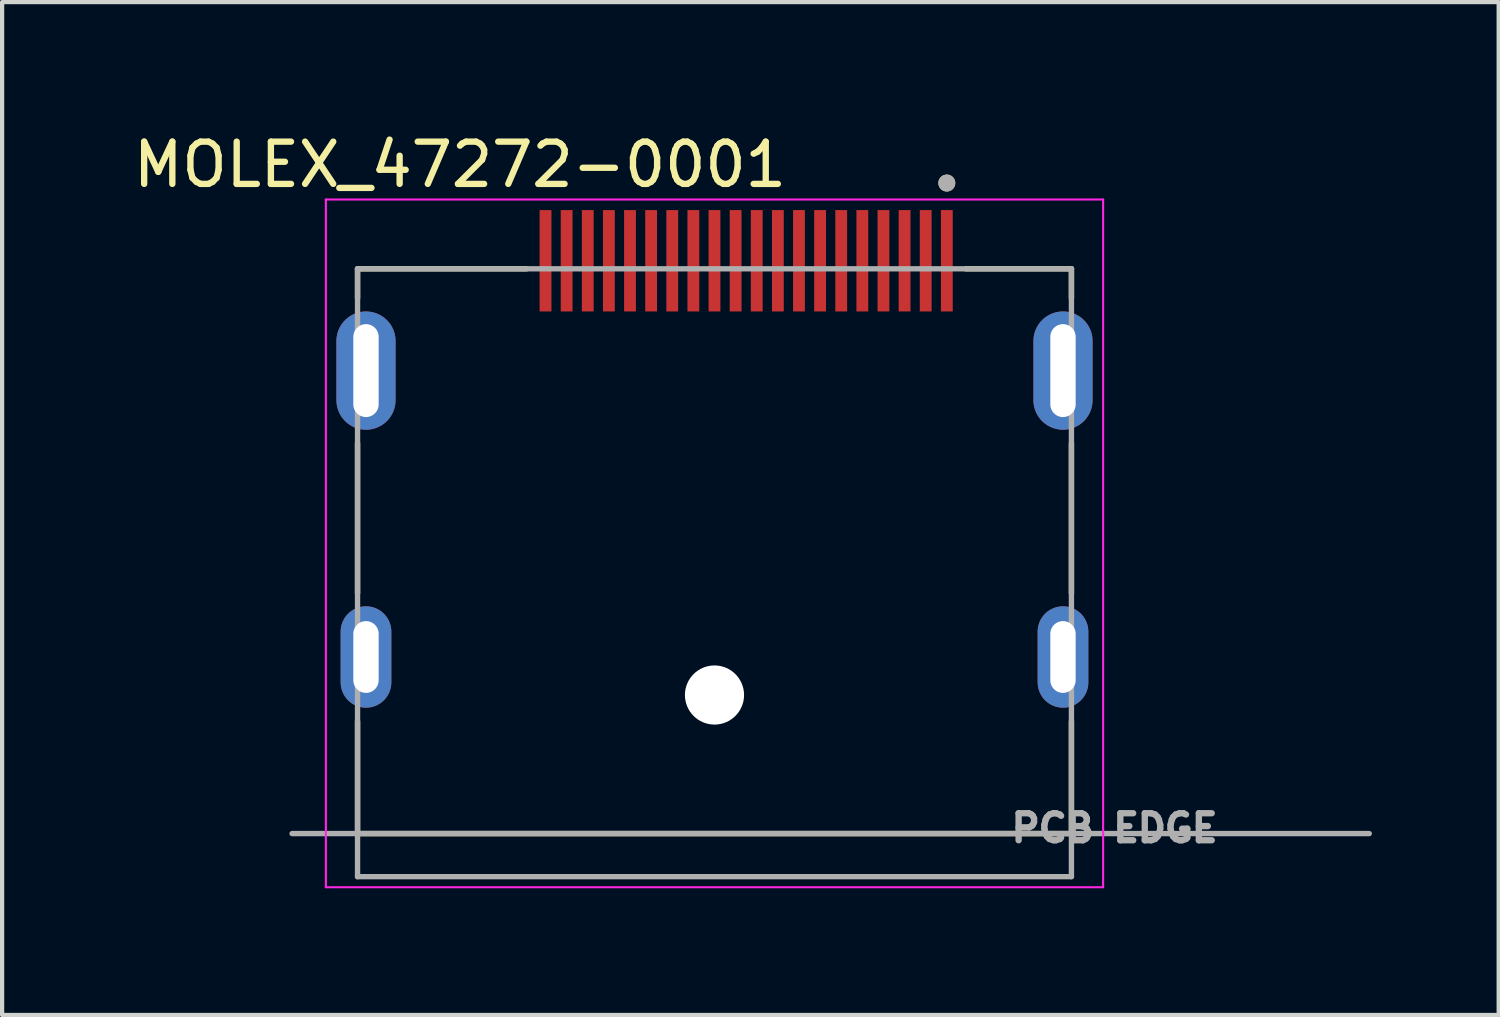
<source format=kicad_pcb>
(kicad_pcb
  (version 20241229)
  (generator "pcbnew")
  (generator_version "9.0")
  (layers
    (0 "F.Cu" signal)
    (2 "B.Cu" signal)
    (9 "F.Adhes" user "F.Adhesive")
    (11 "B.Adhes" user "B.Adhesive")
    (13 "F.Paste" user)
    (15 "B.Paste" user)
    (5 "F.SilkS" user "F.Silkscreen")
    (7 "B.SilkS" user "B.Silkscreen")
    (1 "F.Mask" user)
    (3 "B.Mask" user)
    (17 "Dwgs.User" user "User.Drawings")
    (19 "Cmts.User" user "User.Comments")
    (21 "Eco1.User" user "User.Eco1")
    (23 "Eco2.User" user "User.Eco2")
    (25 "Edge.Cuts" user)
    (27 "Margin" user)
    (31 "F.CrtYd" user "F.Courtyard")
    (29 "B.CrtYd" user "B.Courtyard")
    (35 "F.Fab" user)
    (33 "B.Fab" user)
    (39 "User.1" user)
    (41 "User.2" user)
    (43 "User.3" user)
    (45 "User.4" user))
  (footprint "MOLEX_47272-0001"
    (layer "F.Cu")
    (at 13.864 16.683)
    (property "Reference" "MOLEX_47272-0001" (at -6.025 -15.835 0) (layer "F.SilkS") (effects (font (size 1 1) (thickness 0.15))))
    (attr through_hole)
    (fp_line (start -8.45 -13.37) (end -8.45 -12.67) (stroke (width 0.127) (type solid)) (layer "F.SilkS"))
    (fp_line (start -8.45 -9.24) (end -8.45 -5.69) (stroke (width 0.127) (type solid)) (layer "F.SilkS"))
    (fp_line (start -8.45 -2.66) (end -8.45 0) (stroke (width 0.127) (type solid)) (layer "F.SilkS"))
    (fp_line (start -8.45 0) (end 8.45 0) (stroke (width 0.127) (type solid)) (layer "F.SilkS"))
    (fp_line (start -4.45 -13.37) (end -8.45 -13.37) (stroke (width 0.127) (type solid)) (layer "F.SilkS"))
    (fp_line (start 8.45 -13.37) (end 5.95 -13.37) (stroke (width 0.127) (type solid)) (layer "F.SilkS"))
    (fp_line (start 8.45 -13.37) (end 8.45 -12.67) (stroke (width 0.127) (type solid)) (layer "F.SilkS"))
    (fp_line (start 8.45 -9.24) (end 8.45 -5.69) (stroke (width 0.127) (type solid)) (layer "F.SilkS"))
    (fp_line (start 8.45 -2.66) (end 8.45 0) (stroke (width 0.127) (type solid)) (layer "F.SilkS"))
    (fp_circle (center 5.5 -15.4) (end 5.6 -15.4) (stroke (width 0.2) (type solid)) (fill no) (layer "F.SilkS"))
    (fp_line (start -9.2 -15.01) (end 9.2 -15.01) (stroke (width 0.05) (type solid)) (layer "F.CrtYd"))
    (fp_line (start -9.2 1.27) (end -9.2 -15.01) (stroke (width 0.05) (type solid)) (layer "F.CrtYd"))
    (fp_line (start 9.2 -15.01) (end 9.2 1.27) (stroke (width 0.05) (type solid)) (layer "F.CrtYd"))
    (fp_line (start 9.2 1.27) (end -9.2 1.27) (stroke (width 0.05) (type solid)) (layer "F.CrtYd"))
    (fp_line (start -8.45 -13.37) (end 8.45 -13.37) (stroke (width 0.127) (type solid)) (layer "F.Fab"))
    (fp_line (start -8.45 1.02) (end -8.45 -13.37) (stroke (width 0.127) (type solid)) (layer "F.Fab"))
    (fp_line (start 8.45 -13.37) (end 8.45 1.02) (stroke (width 0.127) (type solid)) (layer "F.Fab"))
    (fp_line (start 8.45 1.02) (end -8.45 1.02) (stroke (width 0.127) (type solid)) (layer "F.Fab"))
    (fp_line (start 15.5 0) (end -10 0) (stroke (width 0.127) (type solid)) (layer "F.Fab"))
    (fp_circle (center 5.5 -15.4) (end 5.6 -15.4) (stroke (width 0.2) (type solid)) (fill no) (layer "F.Fab"))
    (fp_text user "PCB EDGE" (at 9.47 -0.13 0) (layer "F.Fab") (effects (font (size 0.64 0.64) (thickness 0.15))))
    (pad "" np_thru_hole circle (at 0 -3.28) (size 1.4 1.4) (drill 1.4) (layers "*.Cu" "*.Mask"))
    (pad "1" smd rect (at 5.5 -13.56 90) (size 2.4 0.28) (layers "F.Cu" "F.Mask" "F.Paste"))
    (pad "2" smd rect (at 5 -13.56 90) (size 2.4 0.28) (layers "F.Cu" "F.Mask" "F.Paste"))
    (pad "3" smd rect (at 4.5 -13.56 90) (size 2.4 0.28) (layers "F.Cu" "F.Mask" "F.Paste"))
    (pad "4" smd rect (at 4 -13.56 90) (size 2.4 0.28) (layers "F.Cu" "F.Mask" "F.Paste"))
    (pad "5" smd rect (at 3.5 -13.56 90) (size 2.4 0.28) (layers "F.Cu" "F.Mask" "F.Paste"))
    (pad "6" smd rect (at 3 -13.56 90) (size 2.4 0.28) (layers "F.Cu" "F.Mask" "F.Paste"))
    (pad "7" smd rect (at 2.5 -13.56 90) (size 2.4 0.28) (layers "F.Cu" "F.Mask" "F.Paste"))
    (pad "8" smd rect (at 2 -13.56 90) (size 2.4 0.28) (layers "F.Cu" "F.Mask" "F.Paste"))
    (pad "9" smd rect (at 1.5 -13.56 90) (size 2.4 0.28) (layers "F.Cu" "F.Mask" "F.Paste"))
    (pad "10" smd rect (at 1 -13.56 90) (size 2.4 0.28) (layers "F.Cu" "F.Mask" "F.Paste"))
    (pad "11" smd rect (at 0.5 -13.56 90) (size 2.4 0.28) (layers "F.Cu" "F.Mask" "F.Paste"))
    (pad "12" smd rect (at 0 -13.56 90) (size 2.4 0.28) (layers "F.Cu" "F.Mask" "F.Paste"))
    (pad "13" smd rect (at -0.5 -13.56 90) (size 2.4 0.28) (layers "F.Cu" "F.Mask" "F.Paste"))
    (pad "14" smd rect (at -1 -13.56 90) (size 2.4 0.28) (layers "F.Cu" "F.Mask" "F.Paste"))
    (pad "15" smd rect (at -1.5 -13.56 90) (size 2.4 0.28) (layers "F.Cu" "F.Mask" "F.Paste"))
    (pad "16" smd rect (at -2 -13.56 90) (size 2.4 0.28) (layers "F.Cu" "F.Mask" "F.Paste"))
    (pad "17" smd rect (at -2.5 -13.56 90) (size 2.4 0.28) (layers "F.Cu" "F.Mask" "F.Paste"))
    (pad "18" smd rect (at -3 -13.56 90) (size 2.4 0.28) (layers "F.Cu" "F.Mask" "F.Paste"))
    (pad "19" smd rect (at -3.5 -13.56 90) (size 2.4 0.28) (layers "F.Cu" "F.Mask" "F.Paste"))
    (pad "20" smd rect (at -4 -13.56 90) (size 2.4 0.28) (layers "F.Cu" "F.Mask" "F.Paste"))
    (pad "S1" thru_hole oval (at -8.25 -10.96) (size 1.4 2.8) (drill oval 0.6 2.2) (layers "*.Cu" "*.Mask"))
    (pad "S2" thru_hole oval (at 8.25 -10.96) (size 1.4 2.8) (drill oval 0.6 2.2) (layers "*.Cu" "*.Mask"))
    (pad "S3" thru_hole oval (at -8.25 -4.18) (size 1.2 2.4) (drill oval 0.6 1.7) (layers "*.Cu" "*.Mask"))
    (pad "S4" thru_hole oval (at 8.25 -4.18) (size 1.2 2.4) (drill oval 0.6 1.7) (layers "*.Cu" "*.Mask")))
  (gr_rect
    (start -3 -3)
    (end 32.428 20.978)
    (stroke (width 0.1) (type default))
    (fill no)
    (layer "Edge.Cuts")))
</source>
